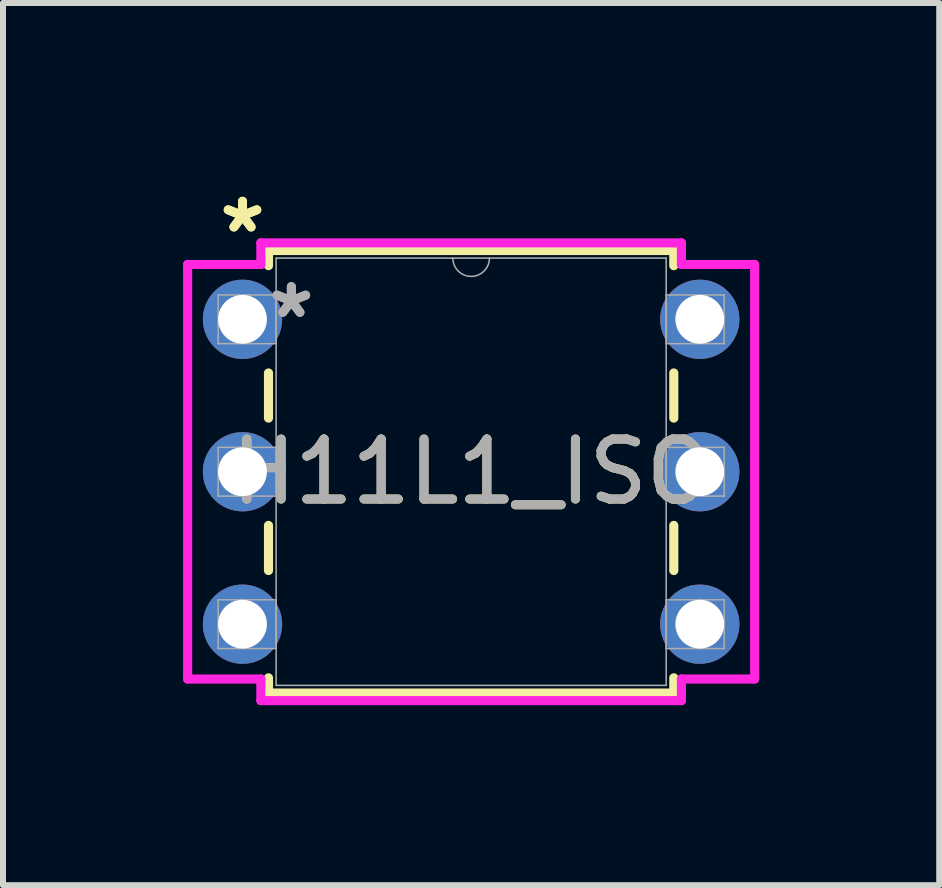
<source format=kicad_pcb>
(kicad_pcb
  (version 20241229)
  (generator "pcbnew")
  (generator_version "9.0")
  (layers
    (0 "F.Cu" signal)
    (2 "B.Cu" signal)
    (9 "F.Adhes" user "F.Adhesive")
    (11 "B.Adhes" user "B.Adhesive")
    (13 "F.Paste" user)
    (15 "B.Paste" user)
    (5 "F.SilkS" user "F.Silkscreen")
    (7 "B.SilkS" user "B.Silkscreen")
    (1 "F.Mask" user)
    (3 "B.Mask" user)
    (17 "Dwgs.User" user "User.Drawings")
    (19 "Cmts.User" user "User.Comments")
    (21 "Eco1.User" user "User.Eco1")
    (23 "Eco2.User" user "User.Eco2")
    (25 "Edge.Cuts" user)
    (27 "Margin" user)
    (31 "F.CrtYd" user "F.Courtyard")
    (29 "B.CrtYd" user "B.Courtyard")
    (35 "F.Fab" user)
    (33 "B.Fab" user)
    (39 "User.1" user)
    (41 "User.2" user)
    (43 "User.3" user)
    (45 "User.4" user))
  (footprint "H11L1_ISO"
    (layer "F.Cu")
    (at 0.991 2.271)
    (property "Reference" "H11L1_ISO" (at 3.81 2.54 0) (unlocked yes) (layer "F.SilkS") (effects (font (size 1 1) (thickness 0.15))))
    (attr through_hole)
    (fp_line (start 0.433 -1.147) (end 0.433 -0.894) (stroke (width 0.152) (type solid)) (layer "F.SilkS"))
    (fp_line (start 0.433 0.894) (end 0.433 1.646) (stroke (width 0.152) (type solid)) (layer "F.SilkS"))
    (fp_line (start 0.433 3.434) (end 0.433 4.186) (stroke (width 0.152) (type solid)) (layer "F.SilkS"))
    (fp_line (start 0.433 5.974) (end 0.433 6.227) (stroke (width 0.152) (type solid)) (layer "F.SilkS"))
    (fp_line (start 0.433 6.227) (end 7.187 6.227) (stroke (width 0.152) (type solid)) (layer "F.SilkS"))
    (fp_line (start 7.187 -1.147) (end 0.433 -1.147) (stroke (width 0.152) (type solid)) (layer "F.SilkS"))
    (fp_line (start 7.187 -0.894) (end 7.187 -1.147) (stroke (width 0.152) (type solid)) (layer "F.SilkS"))
    (fp_line (start 7.187 1.646) (end 7.187 0.894) (stroke (width 0.152) (type solid)) (layer "F.SilkS"))
    (fp_line (start 7.187 4.186) (end 7.187 3.434) (stroke (width 0.152) (type solid)) (layer "F.SilkS"))
    (fp_line (start 7.187 6.227) (end 7.187 5.974) (stroke (width 0.152) (type solid)) (layer "F.SilkS"))
    (fp_line (start -0.914 -0.914) (end 0.306 -0.914) (stroke (width 0.152) (type solid)) (layer "F.CrtYd"))
    (fp_line (start -0.914 5.994) (end -0.914 -0.914) (stroke (width 0.152) (type solid)) (layer "F.CrtYd"))
    (fp_line (start 0.306 -1.274) (end 7.314 -1.274) (stroke (width 0.152) (type solid)) (layer "F.CrtYd"))
    (fp_line (start 0.306 -0.914) (end 0.306 -1.274) (stroke (width 0.152) (type solid)) (layer "F.CrtYd"))
    (fp_line (start 0.306 5.994) (end -0.914 5.994) (stroke (width 0.152) (type solid)) (layer "F.CrtYd"))
    (fp_line (start 0.306 6.354) (end 0.306 5.994) (stroke (width 0.152) (type solid)) (layer "F.CrtYd"))
    (fp_line (start 7.314 -1.274) (end 7.314 -0.914) (stroke (width 0.152) (type solid)) (layer "F.CrtYd"))
    (fp_line (start 7.314 5.994) (end 7.314 6.354) (stroke (width 0.152) (type solid)) (layer "F.CrtYd"))
    (fp_line (start 7.314 6.354) (end 0.306 6.354) (stroke (width 0.152) (type solid)) (layer "F.CrtYd"))
    (fp_line (start 8.534 -0.914) (end 7.314 -0.914) (stroke (width 0.152) (type solid)) (layer "F.CrtYd"))
    (fp_line (start 8.534 -0.914) (end 8.534 5.994) (stroke (width 0.152) (type solid)) (layer "F.CrtYd"))
    (fp_line (start 8.534 5.994) (end 7.314 5.994) (stroke (width 0.152) (type solid)) (layer "F.CrtYd"))
    (fp_line (start -0.406 -0.406) (end -0.406 0.406) (stroke (width 0.025) (type solid)) (layer "F.Fab"))
    (fp_line (start -0.406 0.406) (end 0.56 0.406) (stroke (width 0.025) (type solid)) (layer "F.Fab"))
    (fp_line (start -0.406 2.134) (end -0.406 2.946) (stroke (width 0.025) (type solid)) (layer "F.Fab"))
    (fp_line (start -0.406 2.946) (end 0.56 2.946) (stroke (width 0.025) (type solid)) (layer "F.Fab"))
    (fp_line (start -0.406 4.674) (end -0.406 5.486) (stroke (width 0.025) (type solid)) (layer "F.Fab"))
    (fp_line (start -0.406 5.486) (end 0.56 5.486) (stroke (width 0.025) (type solid)) (layer "F.Fab"))
    (fp_line (start 0.56 -1.02) (end 0.56 6.1) (stroke (width 0.025) (type solid)) (layer "F.Fab"))
    (fp_line (start 0.56 -0.406) (end -0.406 -0.406) (stroke (width 0.025) (type solid)) (layer "F.Fab"))
    (fp_line (start 0.56 0.406) (end 0.56 -0.406) (stroke (width 0.025) (type solid)) (layer "F.Fab"))
    (fp_line (start 0.56 2.134) (end -0.406 2.134) (stroke (width 0.025) (type solid)) (layer "F.Fab"))
    (fp_line (start 0.56 2.946) (end 0.56 2.134) (stroke (width 0.025) (type solid)) (layer "F.Fab"))
    (fp_line (start 0.56 4.674) (end -0.406 4.674) (stroke (width 0.025) (type solid)) (layer "F.Fab"))
    (fp_line (start 0.56 5.486) (end 0.56 4.674) (stroke (width 0.025) (type solid)) (layer "F.Fab"))
    (fp_line (start 0.56 6.1) (end 7.06 6.1) (stroke (width 0.025) (type solid)) (layer "F.Fab"))
    (fp_line (start 7.06 -1.02) (end 0.56 -1.02) (stroke (width 0.025) (type solid)) (layer "F.Fab"))
    (fp_line (start 7.06 -0.406) (end 7.06 0.406) (stroke (width 0.025) (type solid)) (layer "F.Fab"))
    (fp_line (start 7.06 0.406) (end 8.026 0.406) (stroke (width 0.025) (type solid)) (layer "F.Fab"))
    (fp_line (start 7.06 2.134) (end 7.06 2.946) (stroke (width 0.025) (type solid)) (layer "F.Fab"))
    (fp_line (start 7.06 2.946) (end 8.026 2.946) (stroke (width 0.025) (type solid)) (layer "F.Fab"))
    (fp_line (start 7.06 4.674) (end 7.06 5.486) (stroke (width 0.025) (type solid)) (layer "F.Fab"))
    (fp_line (start 7.06 5.486) (end 8.026 5.486) (stroke (width 0.025) (type solid)) (layer "F.Fab"))
    (fp_line (start 7.06 6.1) (end 7.06 -1.02) (stroke (width 0.025) (type solid)) (layer "F.Fab"))
    (fp_line (start 8.026 -0.406) (end 7.06 -0.406) (stroke (width 0.025) (type solid)) (layer "F.Fab"))
    (fp_line (start 8.026 0.406) (end 8.026 -0.406) (stroke (width 0.025) (type solid)) (layer "F.Fab"))
    (fp_line (start 8.026 2.134) (end 7.06 2.134) (stroke (width 0.025) (type solid)) (layer "F.Fab"))
    (fp_line (start 8.026 2.946) (end 8.026 2.134) (stroke (width 0.025) (type solid)) (layer "F.Fab"))
    (fp_line (start 8.026 4.674) (end 7.06 4.674) (stroke (width 0.025) (type solid)) (layer "F.Fab"))
    (fp_line (start 8.026 5.486) (end 8.026 4.674) (stroke (width 0.025) (type solid)) (layer "F.Fab"))
    (fp_arc (start 4.1148 -1.020001) (mid 3.81 -0.715201) (end 3.5052 -1.020001) (stroke (width 0.0254) (type solid)) (layer "F.Fab"))
    (fp_text user "*" (at 0 -1.422 0) (layer "F.SilkS") (effects (font (size 1 1) (thickness 0.15))))
    (fp_text user "*" (at 0 -1.422 0) (unlocked yes) (layer "F.SilkS") (effects (font (size 1 1) (thickness 0.15))))
    (fp_text user "*" (at 0.814 0 0) (layer "F.Fab") (effects (font (size 1 1) (thickness 0.15))))
    (fp_text user "${REFERENCE}" (at 3.81 2.54 0) (unlocked yes) (layer "F.Fab") (effects (font (size 1 1) (thickness 0.15))))
    (fp_text user "*" (at 0.814 0 0) (unlocked yes) (layer "F.Fab") (effects (font (size 1 1) (thickness 0.15))))
    (pad "1" thru_hole circle (at 0 0) (size 1.321 1.321) (drill 0.813) (layers "*.Cu" "*.Mask"))
    (pad "2" thru_hole circle (at 0 2.54) (size 1.321 1.321) (drill 0.813) (layers "*.Cu" "*.Mask"))
    (pad "3" thru_hole circle (at 0 5.08) (size 1.321 1.321) (drill 0.813) (layers "*.Cu" "*.Mask"))
    (pad "4" thru_hole circle (at 7.62 5.08) (size 1.321 1.321) (drill 0.813) (layers "*.Cu" "*.Mask"))
    (pad "5" thru_hole circle (at 7.62 2.54) (size 1.321 1.321) (drill 0.813) (layers "*.Cu" "*.Mask"))
    (pad "6" thru_hole circle (at 7.62 0) (size 1.321 1.321) (drill 0.813) (layers "*.Cu" "*.Mask")))
  (gr_rect
    (start -3 -3)
    (end 12.601 11.701)
    (stroke (width 0.1) (type default))
    (fill no)
    (layer "Edge.Cuts")))
</source>
